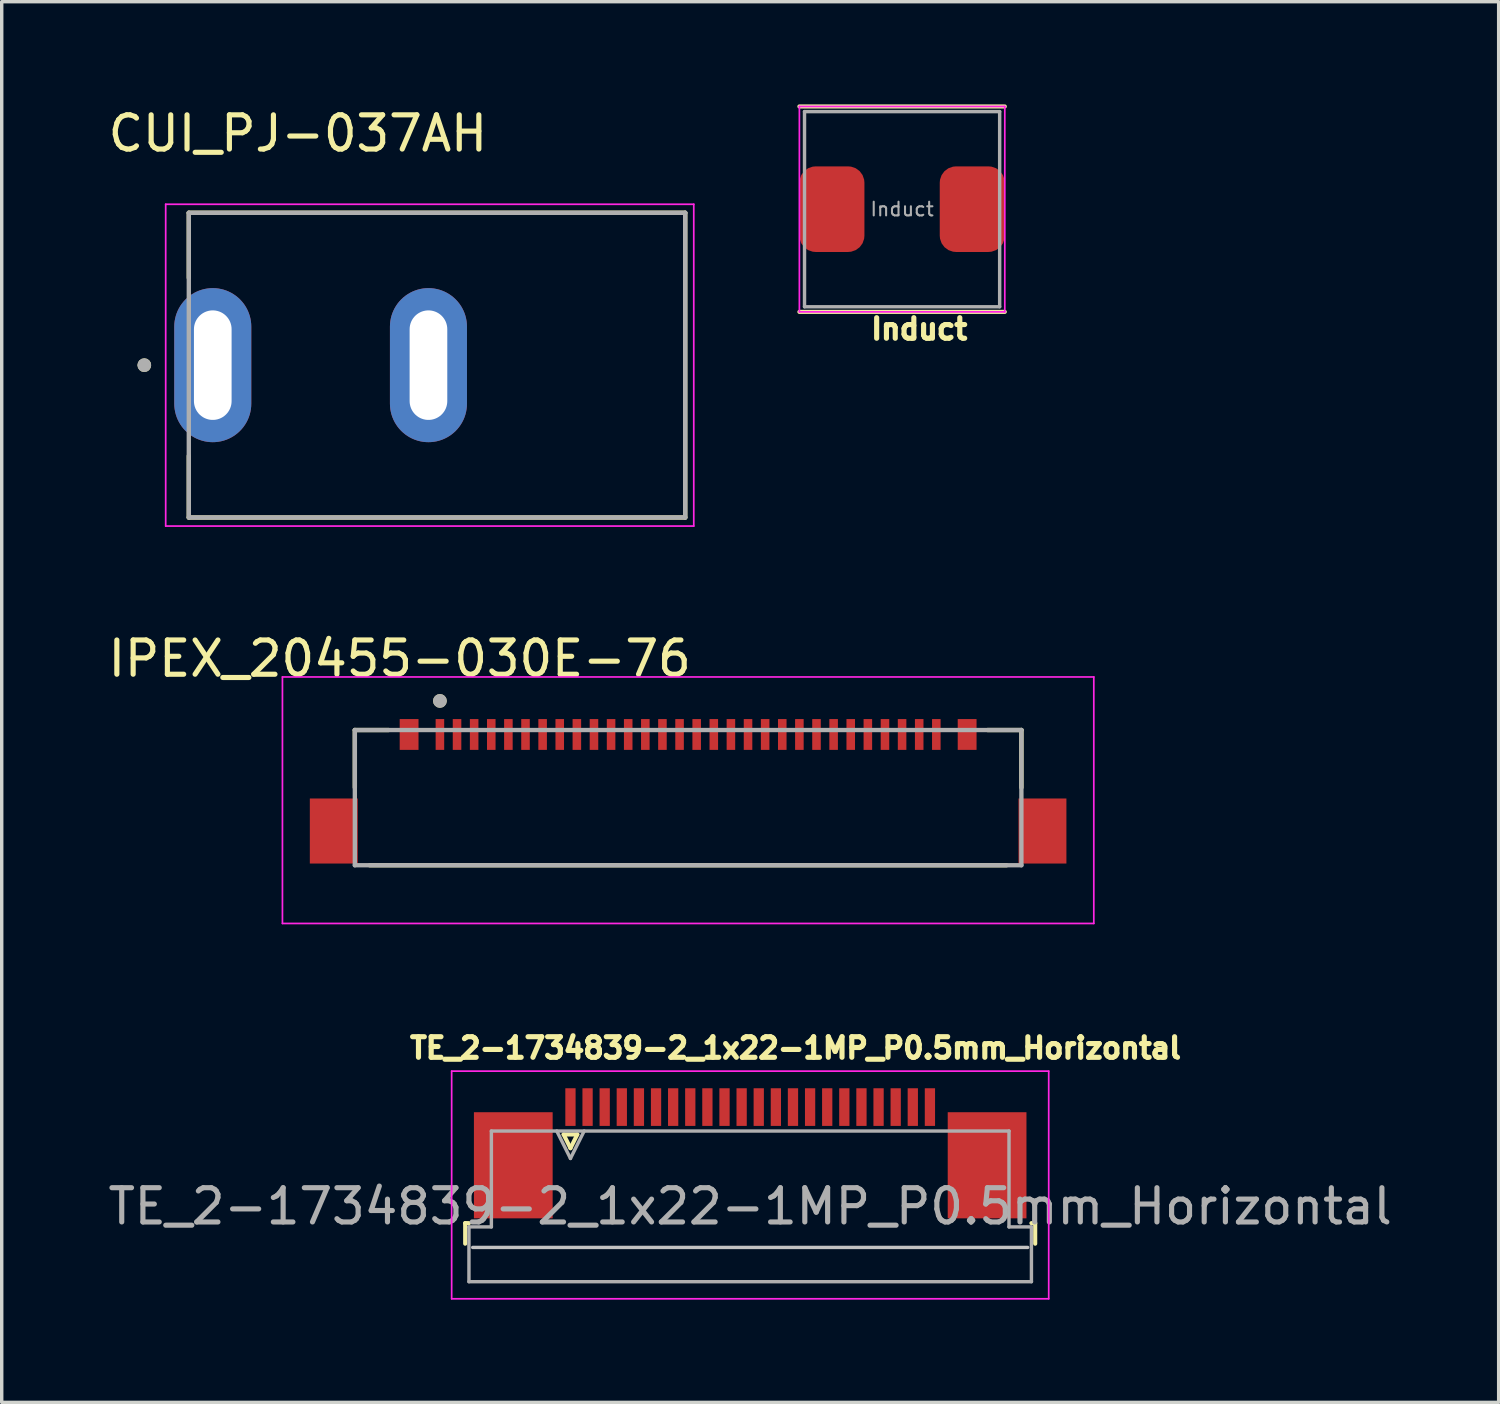
<source format=kicad_pcb>
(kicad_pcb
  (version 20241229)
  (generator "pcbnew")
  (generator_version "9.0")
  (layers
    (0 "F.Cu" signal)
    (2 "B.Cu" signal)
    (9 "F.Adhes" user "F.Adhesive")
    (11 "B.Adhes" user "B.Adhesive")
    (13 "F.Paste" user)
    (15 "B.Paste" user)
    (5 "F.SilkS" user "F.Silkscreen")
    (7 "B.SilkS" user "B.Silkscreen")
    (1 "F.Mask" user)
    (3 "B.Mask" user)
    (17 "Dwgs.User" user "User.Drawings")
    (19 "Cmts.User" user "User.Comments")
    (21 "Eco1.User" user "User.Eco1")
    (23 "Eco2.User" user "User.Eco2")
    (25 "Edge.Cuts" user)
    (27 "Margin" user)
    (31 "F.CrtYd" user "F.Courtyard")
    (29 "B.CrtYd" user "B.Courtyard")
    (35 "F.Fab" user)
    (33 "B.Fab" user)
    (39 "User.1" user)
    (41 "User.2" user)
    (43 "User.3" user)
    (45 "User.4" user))
  (footprint "CUI_PJ-037AH"
    (layer "F.Cu")
    (at 3.165 7.616)
    (property "Reference" "CUI_PJ-037AH" (at 2.486 -6.767 0) (layer "F.SilkS") (effects (font (size 1 1) (thickness 0.15))))
    (attr through_hole)
    (fp_line (start -0.7 -4.45) (end 13.8 -4.45) (stroke (width 0.127) (type solid)) (layer "F.SilkS"))
    (fp_line (start -0.7 -2.55) (end -0.7 -4.45) (stroke (width 0.127) (type solid)) (layer "F.SilkS"))
    (fp_line (start -0.7 4.45) (end -0.7 2.65) (stroke (width 0.127) (type solid)) (layer "F.SilkS"))
    (fp_line (start 13.8 -4.45) (end 13.8 4.45) (stroke (width 0.127) (type solid)) (layer "F.SilkS"))
    (fp_line (start 13.8 4.45) (end -0.7 4.45) (stroke (width 0.127) (type solid)) (layer "F.SilkS"))
    (fp_circle (center -2 0) (end -1.9 0) (stroke (width 0.2) (type solid)) (fill no) (layer "F.SilkS"))
    (fp_line (start -1.375 -4.7) (end -1.375 4.7) (stroke (width 0.05) (type solid)) (layer "F.CrtYd"))
    (fp_line (start -1.375 -4.7) (end 14.05 -4.7) (stroke (width 0.05) (type solid)) (layer "F.CrtYd"))
    (fp_line (start 14.05 -4.7) (end 14.05 4.7) (stroke (width 0.05) (type solid)) (layer "F.CrtYd"))
    (fp_line (start 14.05 4.7) (end -1.375 4.7) (stroke (width 0.05) (type solid)) (layer "F.CrtYd"))
    (fp_line (start -0.7 -4.45) (end 13.8 -4.45) (stroke (width 0.127) (type solid)) (layer "F.Fab"))
    (fp_line (start -0.7 4.45) (end -0.7 -4.45) (stroke (width 0.127) (type solid)) (layer "F.Fab"))
    (fp_line (start 13.8 -4.45) (end 13.8 4.45) (stroke (width 0.127) (type solid)) (layer "F.Fab"))
    (fp_line (start 13.8 4.45) (end -0.7 4.45) (stroke (width 0.127) (type solid)) (layer "F.Fab"))
    (fp_circle (center -2 0) (end -1.9 0) (stroke (width 0.2) (type solid)) (fill no) (layer "F.Fab"))
    (pad "1" thru_hole oval (at 0 0) (size 2.25 4.5) (drill oval 1.1 3.2) (layers "*.Cu" "*.Mask"))
    (pad "2" thru_hole oval (at 6.3 0) (size 2.25 4.5) (drill oval 1.1 3.2) (layers "*.Cu" "*.Mask")))
  (footprint "IPEX_20455-030E-76"
    (layer "F.Cu")
    (at 17.05 20.324)
    (property "Reference" "IPEX_20455-030E-76" (at -8.425 -4.135 0) (layer "F.SilkS") (effects (font (size 1 1) (thickness 0.15))))
    (attr smd)
    (fp_line (start -9.735 -2.05) (end -9.735 -0.37) (stroke (width 0.127) (type solid)) (layer "F.SilkS"))
    (fp_line (start -9.735 -2.05) (end -8.75 -2.05) (stroke (width 0.127) (type solid)) (layer "F.SilkS"))
    (fp_line (start -9.3 1.9) (end 9.3 1.9) (stroke (width 0.127) (type solid)) (layer "F.SilkS"))
    (fp_line (start 8.75 -2.05) (end 9.735 -2.05) (stroke (width 0.127) (type solid)) (layer "F.SilkS"))
    (fp_line (start 9.735 -2.05) (end 9.735 -0.37) (stroke (width 0.127) (type solid)) (layer "F.SilkS"))
    (fp_circle (center -7.25 -2.9) (end -7.15 -2.9) (stroke (width 0.2) (type solid)) (fill no) (layer "F.SilkS"))
    (fp_line (start -11.85 -3.6) (end -11.85 3.6) (stroke (width 0.05) (type solid)) (layer "F.CrtYd"))
    (fp_line (start -11.85 3.6) (end 11.85 3.6) (stroke (width 0.05) (type solid)) (layer "F.CrtYd"))
    (fp_line (start 11.85 -3.6) (end -11.85 -3.6) (stroke (width 0.05) (type solid)) (layer "F.CrtYd"))
    (fp_line (start 11.85 3.6) (end 11.85 -3.6) (stroke (width 0.05) (type solid)) (layer "F.CrtYd"))
    (fp_poly (pts (xy -11.6 -3.35) (xy 11.6 -3.35) (xy 11.6 3.35) (xy 11.05 3.35) (xy 11.05 -0.05) (xy 9.65 -0.05) (xy 9.65 -2.37) (xy -9.65 -2.37) (xy -9.65 -0.05) (xy -11.05 -0.05) (xy -11.05 3.35) (xy -11.6 3.35)) (stroke (width 0.001) (type solid)) (fill no) (layer "F.CrtYd"))
    (fp_line (start -9.735 -2.05) (end 9.735 -2.05) (stroke (width 0.127) (type solid)) (layer "F.Fab"))
    (fp_line (start -9.735 1.9) (end -9.735 -2.05) (stroke (width 0.127) (type solid)) (layer "F.Fab"))
    (fp_line (start 9.735 -2.05) (end 9.735 1.9) (stroke (width 0.127) (type solid)) (layer "F.Fab"))
    (fp_line (start 9.735 1.9) (end -9.735 1.9) (stroke (width 0.127) (type solid)) (layer "F.Fab"))
    (fp_circle (center -7.25 -2.9) (end -7.15 -2.9) (stroke (width 0.2) (type solid)) (fill no) (layer "F.Fab"))
    (pad "1" smd rect (at -7.25 -1.92) (size 0.25 0.9) (layers "F.Cu" "F.Mask" "F.Paste"))
    (pad "2" smd rect (at -6.75 -1.92) (size 0.25 0.9) (layers "F.Cu" "F.Mask" "F.Paste"))
    (pad "3" smd rect (at -6.25 -1.92) (size 0.25 0.9) (layers "F.Cu" "F.Mask" "F.Paste"))
    (pad "4" smd rect (at -5.75 -1.92) (size 0.25 0.9) (layers "F.Cu" "F.Mask" "F.Paste"))
    (pad "5" smd rect (at -5.25 -1.92) (size 0.25 0.9) (layers "F.Cu" "F.Mask" "F.Paste"))
    (pad "6" smd rect (at -4.75 -1.92) (size 0.25 0.9) (layers "F.Cu" "F.Mask" "F.Paste"))
    (pad "7" smd rect (at -4.25 -1.92) (size 0.25 0.9) (layers "F.Cu" "F.Mask" "F.Paste"))
    (pad "8" smd rect (at -3.75 -1.92) (size 0.25 0.9) (layers "F.Cu" "F.Mask" "F.Paste"))
    (pad "9" smd rect (at -3.25 -1.92) (size 0.25 0.9) (layers "F.Cu" "F.Mask" "F.Paste"))
    (pad "10" smd rect (at -2.75 -1.92) (size 0.25 0.9) (layers "F.Cu" "F.Mask" "F.Paste"))
    (pad "11" smd rect (at -2.25 -1.92) (size 0.25 0.9) (layers "F.Cu" "F.Mask" "F.Paste"))
    (pad "12" smd rect (at -1.75 -1.92) (size 0.25 0.9) (layers "F.Cu" "F.Mask" "F.Paste"))
    (pad "13" smd rect (at -1.25 -1.92) (size 0.25 0.9) (layers "F.Cu" "F.Mask" "F.Paste"))
    (pad "14" smd rect (at -0.75 -1.92) (size 0.25 0.9) (layers "F.Cu" "F.Mask" "F.Paste"))
    (pad "15" smd rect (at -0.25 -1.92) (size 0.25 0.9) (layers "F.Cu" "F.Mask" "F.Paste"))
    (pad "16" smd rect (at 0.25 -1.92) (size 0.25 0.9) (layers "F.Cu" "F.Mask" "F.Paste"))
    (pad "17" smd rect (at 0.75 -1.92) (size 0.25 0.9) (layers "F.Cu" "F.Mask" "F.Paste"))
    (pad "18" smd rect (at 1.25 -1.92) (size 0.25 0.9) (layers "F.Cu" "F.Mask" "F.Paste"))
    (pad "19" smd rect (at 1.75 -1.92) (size 0.25 0.9) (layers "F.Cu" "F.Mask" "F.Paste"))
    (pad "20" smd rect (at 2.25 -1.92) (size 0.25 0.9) (layers "F.Cu" "F.Mask" "F.Paste"))
    (pad "21" smd rect (at 2.75 -1.92) (size 0.25 0.9) (layers "F.Cu" "F.Mask" "F.Paste"))
    (pad "22" smd rect (at 3.25 -1.92) (size 0.25 0.9) (layers "F.Cu" "F.Mask" "F.Paste"))
    (pad "23" smd rect (at 3.75 -1.92) (size 0.25 0.9) (layers "F.Cu" "F.Mask" "F.Paste"))
    (pad "24" smd rect (at 4.25 -1.92) (size 0.25 0.9) (layers "F.Cu" "F.Mask" "F.Paste"))
    (pad "25" smd rect (at 4.75 -1.92) (size 0.25 0.9) (layers "F.Cu" "F.Mask" "F.Paste"))
    (pad "26" smd rect (at 5.25 -1.92) (size 0.25 0.9) (layers "F.Cu" "F.Mask" "F.Paste"))
    (pad "27" smd rect (at 5.75 -1.92) (size 0.25 0.9) (layers "F.Cu" "F.Mask" "F.Paste"))
    (pad "28" smd rect (at 6.25 -1.92) (size 0.25 0.9) (layers "F.Cu" "F.Mask" "F.Paste"))
    (pad "29" smd rect (at 6.75 -1.92) (size 0.25 0.9) (layers "F.Cu" "F.Mask" "F.Paste"))
    (pad "30" smd rect (at 7.25 -1.92) (size 0.25 0.9) (layers "F.Cu" "F.Mask" "F.Paste"))
    (pad "S1" smd rect (at -8.15 -1.92) (size 0.55 0.9) (layers "F.Cu" "F.Mask" "F.Paste"))
    (pad "S2" smd rect (at -10.35 0.9) (size 1.4 1.9) (layers "F.Cu" "F.Mask" "F.Paste"))
    (pad "S3" smd rect (at 8.15 -1.92) (size 0.55 0.9) (layers "F.Cu" "F.Mask" "F.Paste"))
    (pad "S4" smd rect (at 10.35 0.9) (size 1.4 1.9) (layers "F.Cu" "F.Mask" "F.Paste")))
  (footprint "TE_2-1734839-2_1x22-1MP_P0.5mm_Horizontal"
    (layer "F.Cu")
    (at 18.863 30.638)
    (property "Reference" "TE_2-1734839-2_1x22-1MP_P0.5mm_Horizontal" (at 1.325 -3.075 180) (layer "F.SilkS") (effects (font (size 0.6 0.6) (thickness 0.15))))
    (attr smd)
    (fp_line (start -8.325 2.04) (end -8.325 2.64) (stroke (width 0.12) (type solid)) (layer "F.SilkS"))
    (fp_line (start -8.215 2.04) (end -8.325 2.04) (stroke (width 0.12) (type solid)) (layer "F.SilkS"))
    (fp_line (start -5.45 -0.55) (end -5.25 -0.15) (stroke (width 0.12) (type solid)) (layer "F.SilkS"))
    (fp_line (start -5.25 -0.15) (end -5.05 -0.55) (stroke (width 0.12) (type solid)) (layer "F.SilkS"))
    (fp_line (start -5.05 -0.55) (end -5.45 -0.55) (stroke (width 0.12) (type solid)) (layer "F.SilkS"))
    (fp_line (start 8.215 2.04) (end 8.325 2.04) (stroke (width 0.12) (type solid)) (layer "F.SilkS"))
    (fp_line (start 8.325 2.04) (end 8.325 2.64) (stroke (width 0.12) (type solid)) (layer "F.SilkS"))
    (fp_line (start 8.105 2.75) (end -8.105 2.75) (stroke (width 0.1) (type solid)) (layer "Dwgs.User"))
    (fp_line (start -8.72 -2.4) (end -8.72 4.25) (stroke (width 0.05) (type solid)) (layer "F.CrtYd"))
    (fp_line (start -8.72 4.25) (end 8.72 4.25) (stroke (width 0.05) (type solid)) (layer "F.CrtYd"))
    (fp_line (start 8.72 -2.4) (end -8.72 -2.4) (stroke (width 0.05) (type solid)) (layer "F.CrtYd"))
    (fp_line (start 8.72 4.25) (end 8.72 -2.4) (stroke (width 0.05) (type solid)) (layer "F.CrtYd"))
    (fp_line (start -8.215 2.15) (end -7.56 2.15) (stroke (width 0.1) (type solid)) (layer "F.Fab"))
    (fp_line (start -8.215 3.75) (end -8.215 2.15) (stroke (width 0.1) (type solid)) (layer "F.Fab"))
    (fp_line (start -7.56 -0.65) (end 7.56 -0.65) (stroke (width 0.1) (type solid)) (layer "F.Fab"))
    (fp_line (start -7.56 2.15) (end -7.56 -0.65) (stroke (width 0.1) (type solid)) (layer "F.Fab"))
    (fp_line (start -5.65 -0.65) (end -5.25 0.15) (stroke (width 0.1) (type solid)) (layer "F.Fab"))
    (fp_line (start -5.25 0.15) (end -4.85 -0.65) (stroke (width 0.1) (type solid)) (layer "F.Fab"))
    (fp_line (start 7.56 -0.65) (end 7.56 2.15) (stroke (width 0.1) (type solid)) (layer "F.Fab"))
    (fp_line (start 7.56 2.15) (end 8.215 2.15) (stroke (width 0.1) (type solid)) (layer "F.Fab"))
    (fp_line (start 8.215 2.15) (end 8.215 3.75) (stroke (width 0.1) (type solid)) (layer "F.Fab"))
    (fp_line (start 8.215 3.75) (end -8.215 3.75) (stroke (width 0.1) (type solid)) (layer "F.Fab"))
    (fp_text user "${REFERENCE}" (at 0 1.55 180) (layer "F.Fab") (effects (font (size 1 1) (thickness 0.15))))
    (pad "1" smd rect (at -5.25 -1.35) (size 0.3 1.1) (layers "F.Cu" "F.Mask" "F.Paste"))
    (pad "2" smd rect (at -4.75 -1.35) (size 0.3 1.1) (layers "F.Cu" "F.Mask" "F.Paste"))
    (pad "3" smd rect (at -4.25 -1.35) (size 0.3 1.1) (layers "F.Cu" "F.Mask" "F.Paste"))
    (pad "4" smd rect (at -3.75 -1.35) (size 0.3 1.1) (layers "F.Cu" "F.Mask" "F.Paste"))
    (pad "5" smd rect (at -3.25 -1.35) (size 0.3 1.1) (layers "F.Cu" "F.Mask" "F.Paste"))
    (pad "6" smd rect (at -2.75 -1.35) (size 0.3 1.1) (layers "F.Cu" "F.Mask" "F.Paste"))
    (pad "7" smd rect (at -2.25 -1.35) (size 0.3 1.1) (layers "F.Cu" "F.Mask" "F.Paste"))
    (pad "8" smd rect (at -1.75 -1.35) (size 0.3 1.1) (layers "F.Cu" "F.Mask" "F.Paste"))
    (pad "9" smd rect (at -1.25 -1.35) (size 0.3 1.1) (layers "F.Cu" "F.Mask" "F.Paste"))
    (pad "10" smd rect (at -0.75 -1.35) (size 0.3 1.1) (layers "F.Cu" "F.Mask" "F.Paste"))
    (pad "11" smd rect (at -0.25 -1.35) (size 0.3 1.1) (layers "F.Cu" "F.Mask" "F.Paste"))
    (pad "12" smd rect (at 0.25 -1.35) (size 0.3 1.1) (layers "F.Cu" "F.Mask" "F.Paste"))
    (pad "13" smd rect (at 0.75 -1.35) (size 0.3 1.1) (layers "F.Cu" "F.Mask" "F.Paste"))
    (pad "14" smd rect (at 1.25 -1.35) (size 0.3 1.1) (layers "F.Cu" "F.Mask" "F.Paste"))
    (pad "15" smd rect (at 1.75 -1.35) (size 0.3 1.1) (layers "F.Cu" "F.Mask" "F.Paste"))
    (pad "16" smd rect (at 2.25 -1.35) (size 0.3 1.1) (layers "F.Cu" "F.Mask" "F.Paste"))
    (pad "17" smd rect (at 2.75 -1.35) (size 0.3 1.1) (layers "F.Cu" "F.Mask" "F.Paste"))
    (pad "18" smd rect (at 3.25 -1.35) (size 0.3 1.1) (layers "F.Cu" "F.Mask" "F.Paste"))
    (pad "19" smd rect (at 3.75 -1.35) (size 0.3 1.1) (layers "F.Cu" "F.Mask" "F.Paste"))
    (pad "20" smd rect (at 4.25 -1.35) (size 0.3 1.1) (layers "F.Cu" "F.Mask" "F.Paste"))
    (pad "21" smd rect (at 4.75 -1.35) (size 0.3 1.1) (layers "F.Cu" "F.Mask" "F.Paste"))
    (pad "22" smd rect (at 5.25 -1.35) (size 0.3 1.1) (layers "F.Cu" "F.Mask" "F.Paste"))
    (pad "MP" smd rect (at -6.92 0.35) (size 2.3 3.1) (layers "F.Cu" "F.Mask" "F.Paste"))
    (pad "MP" smd rect (at 6.92 0.35) (size 2.3 3.1) (layers "F.Cu" "F.Mask" "F.Paste")))
  (footprint "Induct"
    (layer "F.Cu")
    (at 23.3 3.06)
    (property "Reference" "Induct" (at 0.5 3.5 180) (layer "F.SilkS") (effects (font (size 0.6 0.6) (thickness 0.15))))
    (attr smd)
    (fp_line (start -3 -3) (end 3 -3) (stroke (width 0.12) (type solid)) (layer "F.SilkS"))
    (fp_line (start -3 3) (end 3 3) (stroke (width 0.12) (type solid)) (layer "F.SilkS"))
    (fp_line (start -3 -3) (end 3 -3) (stroke (width 0.05) (type solid)) (layer "F.CrtYd"))
    (fp_line (start -3 3) (end -3 -3) (stroke (width 0.05) (type solid)) (layer "F.CrtYd"))
    (fp_line (start 3 -3) (end 3 3) (stroke (width 0.05) (type solid)) (layer "F.CrtYd"))
    (fp_line (start 3 3) (end -3 3) (stroke (width 0.05) (type solid)) (layer "F.CrtYd"))
    (fp_line (start -2.85 -2.85) (end 2.85 -2.85) (stroke (width 0.1) (type solid)) (layer "F.Fab"))
    (fp_line (start -2.85 2.85) (end -2.85 -2.85) (stroke (width 0.1) (type solid)) (layer "F.Fab"))
    (fp_line (start 2.85 -2.85) (end 2.85 2.85) (stroke (width 0.1) (type solid)) (layer "F.Fab"))
    (fp_line (start 2.85 2.85) (end -2.85 2.85) (stroke (width 0.1) (type solid)) (layer "F.Fab"))
    (fp_text user "${REFERENCE}" (at 0 0 180) (layer "F.Fab") (effects (font (size 0.4 0.4) (thickness 0.06))))
    (pad "1" smd roundrect (at -2.05 0) (size 1.9 2.5) (layers "F.Cu" "F.Mask" "F.Paste") (roundrect_rratio 0.25))
    (pad "2" smd roundrect (at 2.05 0) (size 1.9 2.5) (layers "F.Cu" "F.Mask" "F.Paste") (roundrect_rratio 0.25)))
  (gr_rect
    (start -3 -3)
    (end 40.726 37.913)
    (stroke (width 0.1) (type default))
    (fill no)
    (layer "Edge.Cuts")))
</source>
